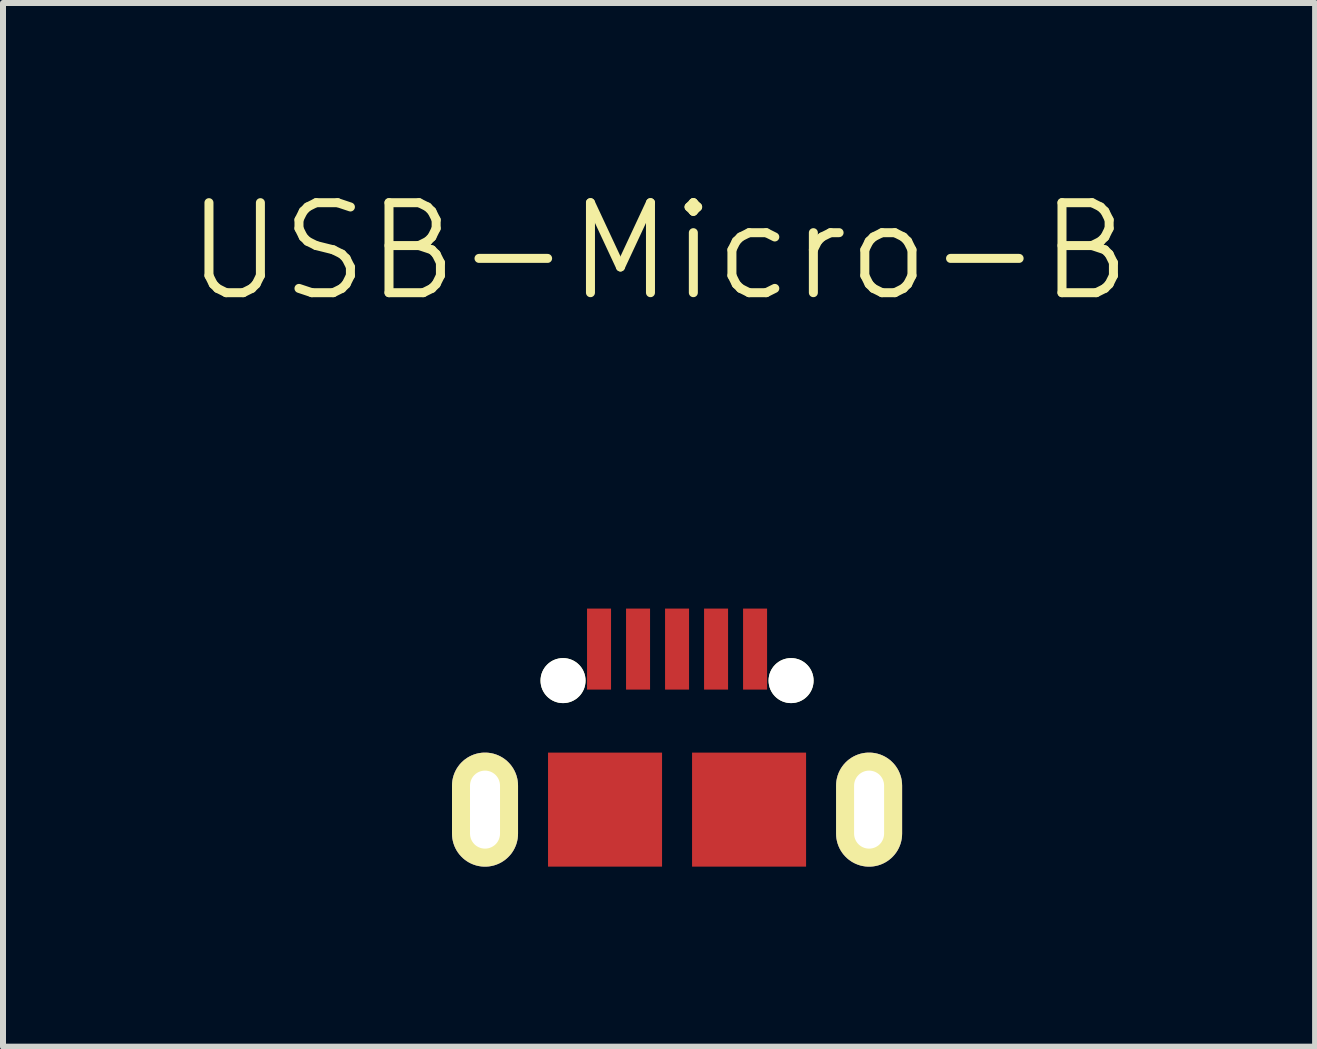
<source format=kicad_pcb>
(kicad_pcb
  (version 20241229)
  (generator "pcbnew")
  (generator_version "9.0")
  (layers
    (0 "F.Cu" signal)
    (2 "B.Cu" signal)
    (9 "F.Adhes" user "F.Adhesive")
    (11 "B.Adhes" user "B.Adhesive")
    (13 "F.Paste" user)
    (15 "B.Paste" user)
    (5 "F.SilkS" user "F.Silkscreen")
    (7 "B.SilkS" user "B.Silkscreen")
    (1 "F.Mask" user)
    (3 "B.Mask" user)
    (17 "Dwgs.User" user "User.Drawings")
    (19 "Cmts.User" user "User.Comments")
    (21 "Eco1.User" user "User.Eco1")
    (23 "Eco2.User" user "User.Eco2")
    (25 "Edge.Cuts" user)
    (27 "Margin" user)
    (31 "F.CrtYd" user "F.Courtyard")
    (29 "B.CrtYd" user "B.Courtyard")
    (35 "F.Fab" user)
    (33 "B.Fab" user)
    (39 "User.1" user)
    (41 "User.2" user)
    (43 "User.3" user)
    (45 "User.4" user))
  (footprint "USB-Micro-B"
    (layer "F.Cu")
    (at 8.232 10.441)
    (property "Reference" "USB-Micro-B" (at -0.3 -9.3 0) (layer "F.SilkS") (effects (font (size 1.5 1.5) (thickness 0.15))))
    (attr through_hole)
    (pad "" np_thru_hole circle (at -1.9 -2.15) (size 0.75 0.75) (drill 0.75) (layers "*.Cu" "*.Mask" "F.SilkS"))
    (pad "" np_thru_hole circle (at 1.9 -2.15) (size 0.75 0.75) (drill 0.75) (layers "*.Cu" "*.Mask" "F.SilkS"))
    (pad "1" smd rect (at -1.3 -2.675) (size 0.4 1.35) (layers "F.Cu" "F.Mask" "F.Paste"))
    (pad "2" smd rect (at -0.65 -2.675) (size 0.4 1.35) (layers "F.Cu" "F.Mask" "F.Paste"))
    (pad "3" smd rect (at 0 -2.675) (size 0.4 1.35) (layers "F.Cu" "F.Mask" "F.Paste"))
    (pad "4" smd rect (at 0.65 -2.675) (size 0.4 1.35) (layers "F.Cu" "F.Mask" "F.Paste"))
    (pad "5" smd rect (at 1.3 -2.675) (size 0.4 1.35) (layers "F.Cu" "F.Mask" "F.Paste"))
    (pad "6" thru_hole oval (at -3.2 0) (size 1.1 1.9) (drill oval 0.5 1.3) (layers "*.Cu" "*.Mask" "F.SilkS"))
    (pad "7" smd rect (at -1.2 0) (size 1.9 1.9) (layers "F.Cu" "F.Mask" "F.Paste"))
    (pad "8" smd rect (at 1.2 0) (size 1.9 1.9) (layers "F.Cu" "F.Mask" "F.Paste"))
    (pad "9" thru_hole oval (at 3.2 0) (size 1.1 1.9) (drill oval 0.5 1.3) (layers "*.Cu" "*.Mask" "F.SilkS")))
  (gr_rect
    (start -3 -3)
    (end 18.864 14.391)
    (stroke (width 0.1) (type default))
    (fill no)
    (layer "Edge.Cuts")))
</source>
